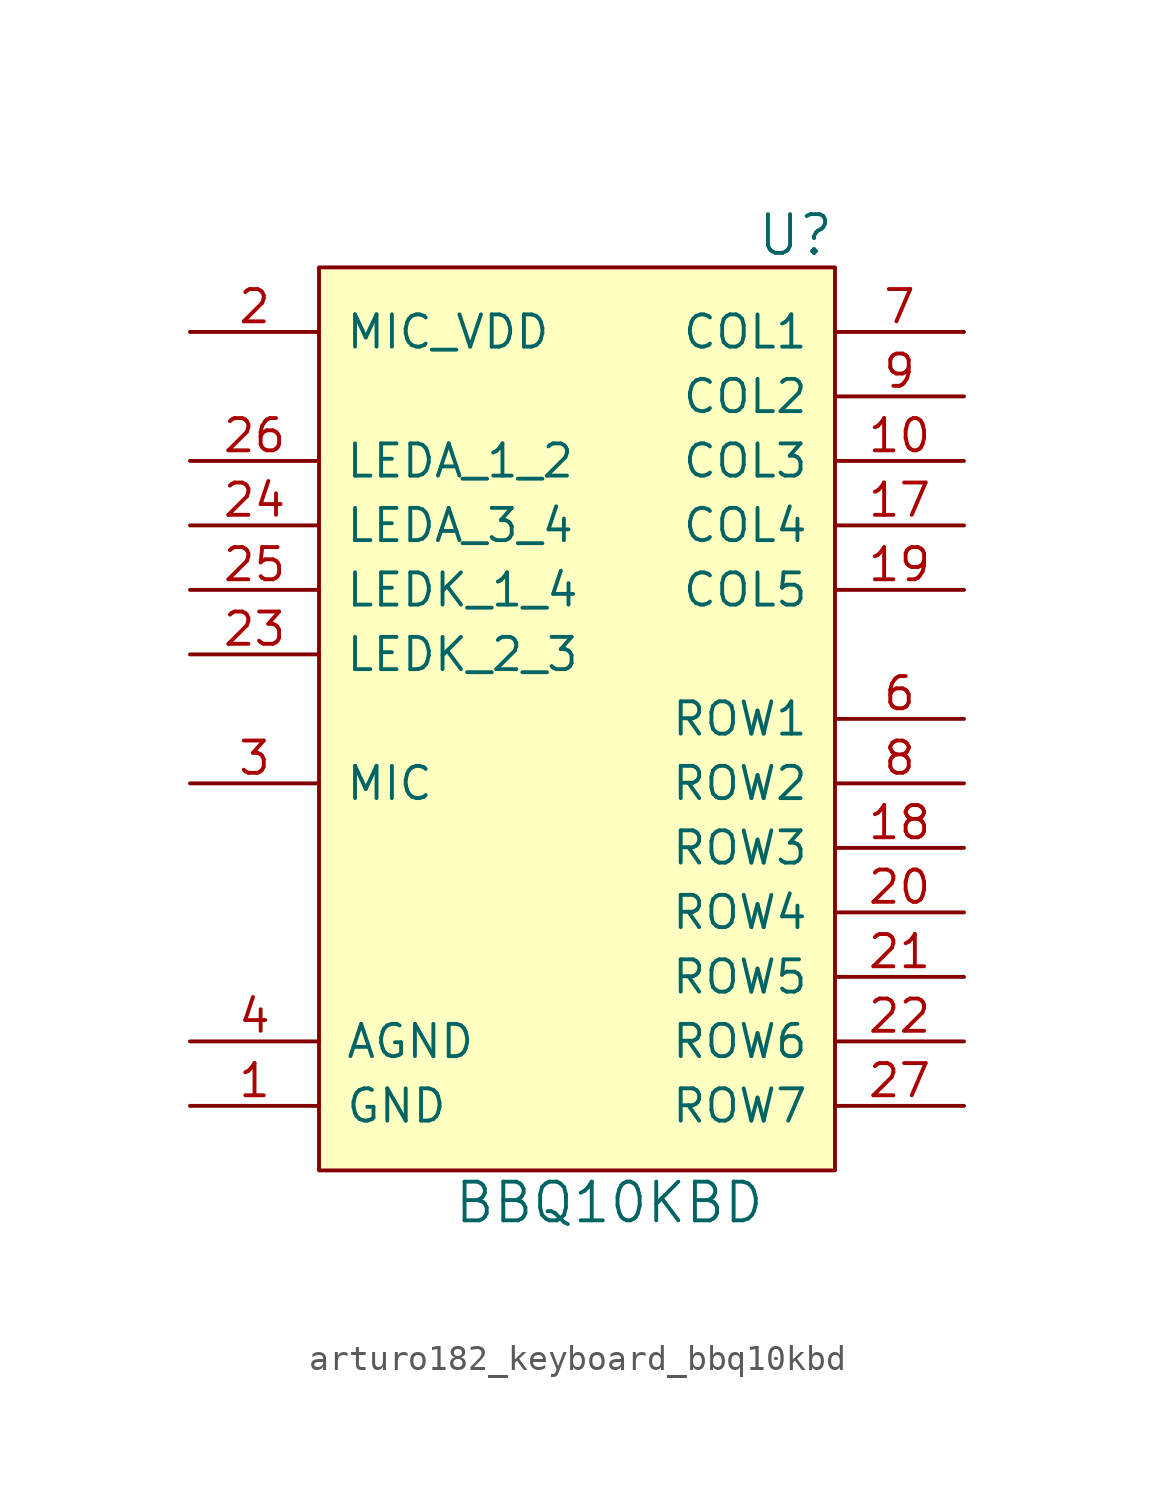
<source format=kicad_sym>
(kicad_symbol_lib
  (version 20220914)
  (generator kicad_symbol_editor)
  (symbol "Keyboard:arturo182_keyboard_bbq10kbd"
    (pin_names
      (offset 1.016))
    (property "Reference" "U"
      (at 10.16 19.05 0)
      (effects (font (size 1.524 1.524)) (justify right)))
    (property "Value" "BBQ10KBD"
      (at 1.27 -19.05 0)
      (effects (font (size 1.524 1.524))))
    (symbol "arturo182_keyboard_bbq10kbd_0_1"
      (rectangle (start -10.16 17.78) (end 10.16 -17.78) (stroke (width 0)) (fill (type background))))
    (symbol "arturo182_keyboard_bbq10kbd_1_1"
      (pin power_in line (at -15.24 -15.24 0) (length 5.08) (name "GND" (effects (font (size 1.27 1.27)))) (number "1" (effects (font (size 1.27 1.27)))))
      (pin output line (at 15.24 10.16 180) (length 5.08) (name "COL3" (effects (font (size 1.27 1.27)))) (number "10" (effects (font (size 1.27 1.27)))))
      (pin passive line (at -15.24 -15.24 0) (length 5.08) hide (name "GND" (effects (font (size 1.27 1.27)))) (number "11" (effects (font (size 1.27 1.27)))))
      (pin passive line (at -15.24 -15.24 0) (length 5.08) hide (name "GND" (effects (font (size 1.27 1.27)))) (number "12" (effects (font (size 1.27 1.27)))))
      (pin passive line (at -15.24 -15.24 0) (length 5.08) hide (name "GND" (effects (font (size 1.27 1.27)))) (number "13" (effects (font (size 1.27 1.27)))))
      (pin passive line (at -15.24 -15.24 0) (length 5.08) hide (name "GND" (effects (font (size 1.27 1.27)))) (number "14" (effects (font (size 1.27 1.27)))))
      (pin passive line (at -15.24 -15.24 0) (length 5.08) hide (name "GND" (effects (font (size 1.27 1.27)))) (number "15" (effects (font (size 1.27 1.27)))))
      (pin passive line (at -15.24 -15.24 0) (length 5.08) hide (name "GND" (effects (font (size 1.27 1.27)))) (number "16" (effects (font (size 1.27 1.27)))))
      (pin output line (at 15.24 7.62 180) (length 5.08) (name "COL4" (effects (font (size 1.27 1.27)))) (number "17" (effects (font (size 1.27 1.27)))))
      (pin output line (at 15.24 -5.08 180) (length 5.08) (name "ROW3" (effects (font (size 1.27 1.27)))) (number "18" (effects (font (size 1.27 1.27)))))
      (pin output line (at 15.24 5.08 180) (length 5.08) (name "COL5" (effects (font (size 1.27 1.27)))) (number "19" (effects (font (size 1.27 1.27)))))
      (pin input line (at -15.24 15.24 0) (length 5.08) (name "MIC_VDD" (effects (font (size 1.27 1.27)))) (number "2" (effects (font (size 1.27 1.27)))))
      (pin output line (at 15.24 -7.62 180) (length 5.08) (name "ROW4" (effects (font (size 1.27 1.27)))) (number "20" (effects (font (size 1.27 1.27)))))
      (pin output line (at 15.24 -10.16 180) (length 5.08) (name "ROW5" (effects (font (size 1.27 1.27)))) (number "21" (effects (font (size 1.27 1.27)))))
      (pin output line (at 15.24 -12.7 180) (length 5.08) (name "ROW6" (effects (font (size 1.27 1.27)))) (number "22" (effects (font (size 1.27 1.27)))))
      (pin input line (at -15.24 2.54 0) (length 5.08) (name "LEDK_2_3" (effects (font (size 1.27 1.27)))) (number "23" (effects (font (size 1.27 1.27)))))
      (pin power_in line (at -15.24 7.62 0) (length 5.08) (name "LEDA_3_4" (effects (font (size 1.27 1.27)))) (number "24" (effects (font (size 1.27 1.27)))))
      (pin input line (at -15.24 5.08 0) (length 5.08) (name "LEDK_1_4" (effects (font (size 1.27 1.27)))) (number "25" (effects (font (size 1.27 1.27)))))
      (pin power_in line (at -15.24 10.16 0) (length 5.08) (name "LEDA_1_2" (effects (font (size 1.27 1.27)))) (number "26" (effects (font (size 1.27 1.27)))))
      (pin output line (at 15.24 -15.24 180) (length 5.08) (name "ROW7" (effects (font (size 1.27 1.27)))) (number "27" (effects (font (size 1.27 1.27)))))
      (pin passive line (at -15.24 -15.24 0) (length 5.08) hide (name "GND" (effects (font (size 1.27 1.27)))) (number "28" (effects (font (size 1.27 1.27)))))
      (pin output line (at -15.24 -2.54 0) (length 5.08) (name "MIC" (effects (font (size 1.27 1.27)))) (number "3" (effects (font (size 1.27 1.27)))))
      (pin power_in line (at -15.24 -12.7 0) (length 5.08) (name "AGND" (effects (font (size 1.27 1.27)))) (number "4" (effects (font (size 1.27 1.27)))))
      (pin passive line (at -15.24 -15.24 0) (length 5.08) hide (name "GND" (effects (font (size 1.27 1.27)))) (number "5" (effects (font (size 1.27 1.27)))))
      (pin output line (at 15.24 0 180) (length 5.08) (name "ROW1" (effects (font (size 1.27 1.27)))) (number "6" (effects (font (size 1.27 1.27)))))
      (pin output line (at 15.24 15.24 180) (length 5.08) (name "COL1" (effects (font (size 1.27 1.27)))) (number "7" (effects (font (size 1.27 1.27)))))
      (pin output line (at 15.24 -2.54 180) (length 5.08) (name "ROW2" (effects (font (size 1.27 1.27)))) (number "8" (effects (font (size 1.27 1.27)))))
      (pin output line (at 15.24 12.7 180) (length 5.08) (name "COL2" (effects (font (size 1.27 1.27)))) (number "9" (effects (font (size 1.27 1.27))))))))
</source>
